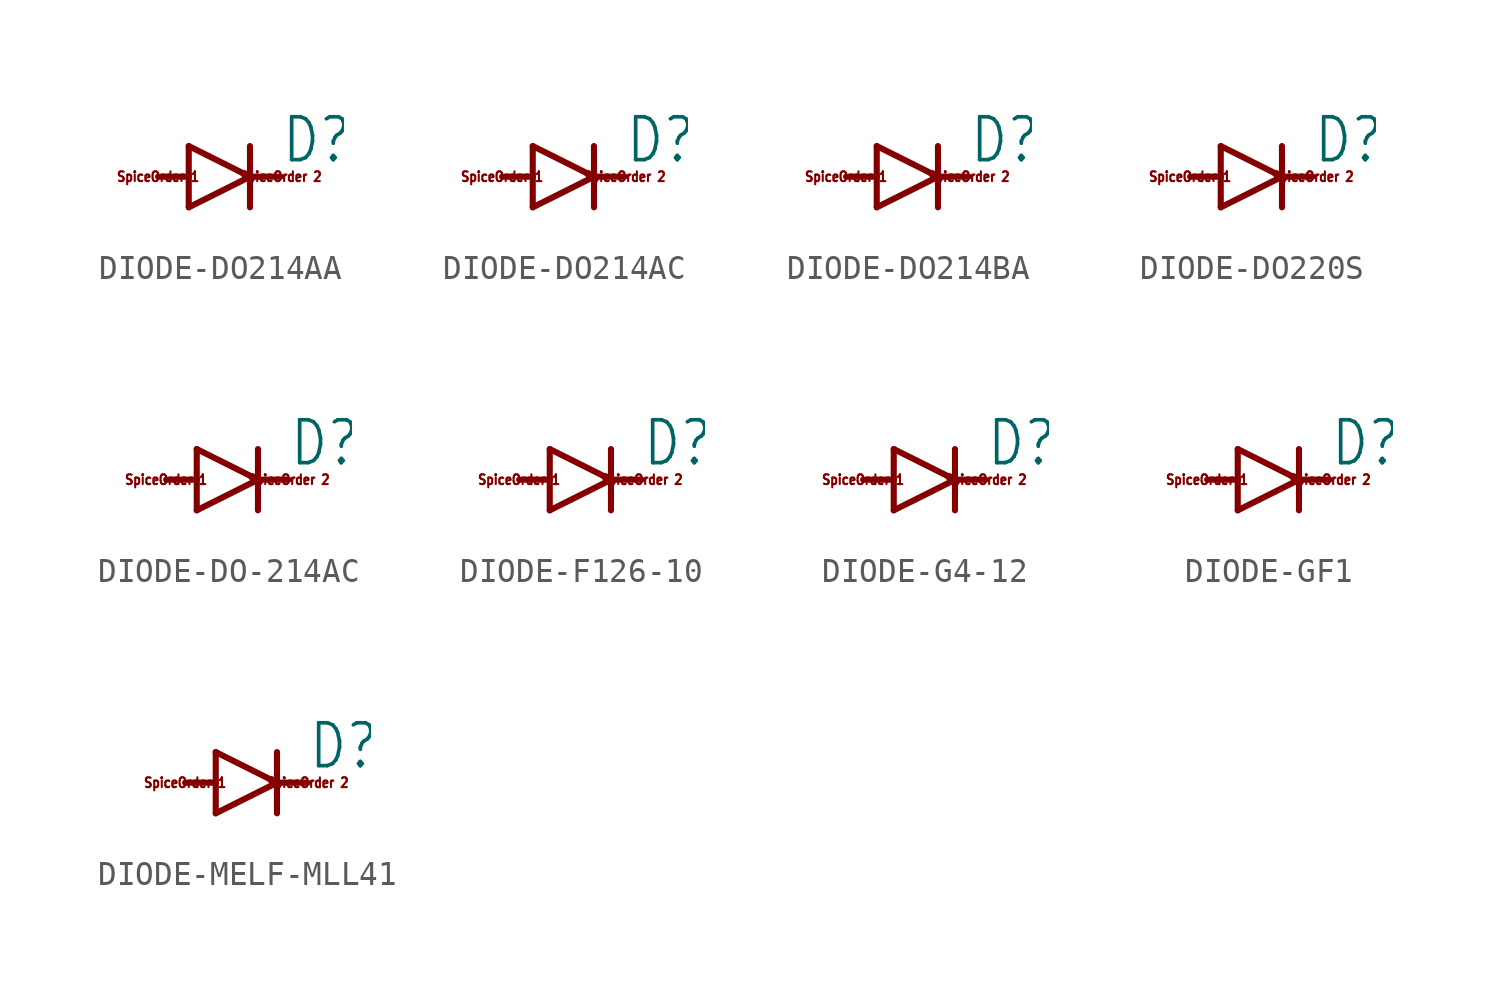
<source format=kicad_sym>
(kicad_symbol_lib
  (version 20220914)
  (generator kicad_symbol_editor)
  (symbol "DIODE-DO214AA"
    (property "Reference" "D"
      (at 2.54 0.483 0)
      (effects (font (size 1.778 1.511)) (justify left bottom)))
    (property "Value" ""
      (at 2.54 -2.311 0)
      (effects (font (size 1.778 1.511)) (justify left bottom)))
    (property "ki_locked" ""
      (at 0 0 0)
      (effects (font (size 1.27 1.27))))
    (symbol "DIODE-DO214AA_1_0"
      (polyline (pts (xy -1.27 -1.27) (xy 1.27 0)) (stroke (width 0.254) (type solid)) (fill (type none)))
      (polyline (pts (xy -1.27 0) (xy -2.54 0)) (stroke (width 0.254) (type solid)) (fill (type none)))
      (polyline (pts (xy -1.27 0) (xy -1.27 -1.27)) (stroke (width 0.254) (type solid)) (fill (type none)))
      (polyline (pts (xy -1.27 1.27) (xy -1.27 0)) (stroke (width 0.254) (type solid)) (fill (type none)))
      (polyline (pts (xy 1.27 0) (xy -1.27 1.27)) (stroke (width 0.254) (type solid)) (fill (type none)))
      (polyline (pts (xy 1.27 0) (xy 1.27 -1.27)) (stroke (width 0.254) (type solid)) (fill (type none)))
      (polyline (pts (xy 1.27 1.27) (xy 1.27 0)) (stroke (width 0.254) (type solid)) (fill (type none)))
      (polyline (pts (xy 2.54 0) (xy 1.27 0)) (stroke (width 0.254) (type solid)) (fill (type none)))
      (text "SpiceOrder 1" (at -2.54 0 0) (effects (font (size 0.406 0.345))))
      (text "SpiceOrder 2" (at 2.54 0 0) (effects (font (size 0.406 0.345))))
      (pin passive line (at -2.54 0 0) (length 0) (name "A" (effects (font (size 0 0)))) (number "A" (effects (font (size 0 0)))))
      (pin passive line (at 2.54 0 180) (length 0) (name "C" (effects (font (size 0 0)))) (number "C" (effects (font (size 0 0)))))))
  (symbol "DIODE-DO214AC"
    (property "Reference" "D"
      (at 2.54 0.483 0)
      (effects (font (size 1.778 1.511)) (justify left bottom)))
    (property "Value" ""
      (at 2.54 -2.311 0)
      (effects (font (size 1.778 1.511)) (justify left bottom)))
    (property "ki_locked" ""
      (at 0 0 0)
      (effects (font (size 1.27 1.27))))
    (symbol "DIODE-DO214AC_1_0"
      (polyline (pts (xy -1.27 -1.27) (xy 1.27 0)) (stroke (width 0.254) (type solid)) (fill (type none)))
      (polyline (pts (xy -1.27 0) (xy -2.54 0)) (stroke (width 0.254) (type solid)) (fill (type none)))
      (polyline (pts (xy -1.27 0) (xy -1.27 -1.27)) (stroke (width 0.254) (type solid)) (fill (type none)))
      (polyline (pts (xy -1.27 1.27) (xy -1.27 0)) (stroke (width 0.254) (type solid)) (fill (type none)))
      (polyline (pts (xy 1.27 0) (xy -1.27 1.27)) (stroke (width 0.254) (type solid)) (fill (type none)))
      (polyline (pts (xy 1.27 0) (xy 1.27 -1.27)) (stroke (width 0.254) (type solid)) (fill (type none)))
      (polyline (pts (xy 1.27 1.27) (xy 1.27 0)) (stroke (width 0.254) (type solid)) (fill (type none)))
      (polyline (pts (xy 2.54 0) (xy 1.27 0)) (stroke (width 0.254) (type solid)) (fill (type none)))
      (text "SpiceOrder 1" (at -2.54 0 0) (effects (font (size 0.406 0.345))))
      (text "SpiceOrder 2" (at 2.54 0 0) (effects (font (size 0.406 0.345))))
      (pin passive line (at -2.54 0 0) (length 0) (name "A" (effects (font (size 0 0)))) (number "A" (effects (font (size 0 0)))))
      (pin passive line (at 2.54 0 180) (length 0) (name "C" (effects (font (size 0 0)))) (number "C" (effects (font (size 0 0)))))))
  (symbol "DIODE-DO214BA"
    (property "Reference" "D"
      (at 2.54 0.483 0)
      (effects (font (size 1.778 1.511)) (justify left bottom)))
    (property "Value" ""
      (at 2.54 -2.311 0)
      (effects (font (size 1.778 1.511)) (justify left bottom)))
    (property "ki_locked" ""
      (at 0 0 0)
      (effects (font (size 1.27 1.27))))
    (symbol "DIODE-DO214BA_1_0"
      (polyline (pts (xy -1.27 -1.27) (xy 1.27 0)) (stroke (width 0.254) (type solid)) (fill (type none)))
      (polyline (pts (xy -1.27 0) (xy -2.54 0)) (stroke (width 0.254) (type solid)) (fill (type none)))
      (polyline (pts (xy -1.27 0) (xy -1.27 -1.27)) (stroke (width 0.254) (type solid)) (fill (type none)))
      (polyline (pts (xy -1.27 1.27) (xy -1.27 0)) (stroke (width 0.254) (type solid)) (fill (type none)))
      (polyline (pts (xy 1.27 0) (xy -1.27 1.27)) (stroke (width 0.254) (type solid)) (fill (type none)))
      (polyline (pts (xy 1.27 0) (xy 1.27 -1.27)) (stroke (width 0.254) (type solid)) (fill (type none)))
      (polyline (pts (xy 1.27 1.27) (xy 1.27 0)) (stroke (width 0.254) (type solid)) (fill (type none)))
      (polyline (pts (xy 2.54 0) (xy 1.27 0)) (stroke (width 0.254) (type solid)) (fill (type none)))
      (text "SpiceOrder 1" (at -2.54 0 0) (effects (font (size 0.406 0.345))))
      (text "SpiceOrder 2" (at 2.54 0 0) (effects (font (size 0.406 0.345))))
      (pin passive line (at -2.54 0 0) (length 0) (name "A" (effects (font (size 0 0)))) (number "A" (effects (font (size 0 0)))))
      (pin passive line (at 2.54 0 180) (length 0) (name "C" (effects (font (size 0 0)))) (number "C" (effects (font (size 0 0)))))))
  (symbol "DIODE-DO220S"
    (property "Reference" "D"
      (at 2.54 0.483 0)
      (effects (font (size 1.778 1.511)) (justify left bottom)))
    (property "Value" ""
      (at 2.54 -2.311 0)
      (effects (font (size 1.778 1.511)) (justify left bottom)))
    (property "ki_locked" ""
      (at 0 0 0)
      (effects (font (size 1.27 1.27))))
    (symbol "DIODE-DO220S_1_0"
      (polyline (pts (xy -1.27 -1.27) (xy 1.27 0)) (stroke (width 0.254) (type solid)) (fill (type none)))
      (polyline (pts (xy -1.27 0) (xy -2.54 0)) (stroke (width 0.254) (type solid)) (fill (type none)))
      (polyline (pts (xy -1.27 0) (xy -1.27 -1.27)) (stroke (width 0.254) (type solid)) (fill (type none)))
      (polyline (pts (xy -1.27 1.27) (xy -1.27 0)) (stroke (width 0.254) (type solid)) (fill (type none)))
      (polyline (pts (xy 1.27 0) (xy -1.27 1.27)) (stroke (width 0.254) (type solid)) (fill (type none)))
      (polyline (pts (xy 1.27 0) (xy 1.27 -1.27)) (stroke (width 0.254) (type solid)) (fill (type none)))
      (polyline (pts (xy 1.27 1.27) (xy 1.27 0)) (stroke (width 0.254) (type solid)) (fill (type none)))
      (polyline (pts (xy 2.54 0) (xy 1.27 0)) (stroke (width 0.254) (type solid)) (fill (type none)))
      (text "SpiceOrder 1" (at -2.54 0 0) (effects (font (size 0.406 0.345))))
      (text "SpiceOrder 2" (at 2.54 0 0) (effects (font (size 0.406 0.345))))
      (pin passive line (at -2.54 0 0) (length 0) (name "A" (effects (font (size 0 0)))) (number "A" (effects (font (size 0 0)))))
      (pin passive line (at 2.54 0 180) (length 0) (name "C" (effects (font (size 0 0)))) (number "C" (effects (font (size 0 0)))))))
  (symbol "DIODE-DO-214AC"
    (property "Reference" "D"
      (at 2.54 0.483 0)
      (effects (font (size 1.778 1.511)) (justify left bottom)))
    (property "Value" ""
      (at 2.54 -2.311 0)
      (effects (font (size 1.778 1.511)) (justify left bottom)))
    (property "ki_locked" ""
      (at 0 0 0)
      (effects (font (size 1.27 1.27))))
    (symbol "DIODE-DO-214AC_1_0"
      (polyline (pts (xy -1.27 -1.27) (xy 1.27 0)) (stroke (width 0.254) (type solid)) (fill (type none)))
      (polyline (pts (xy -1.27 0) (xy -2.54 0)) (stroke (width 0.254) (type solid)) (fill (type none)))
      (polyline (pts (xy -1.27 0) (xy -1.27 -1.27)) (stroke (width 0.254) (type solid)) (fill (type none)))
      (polyline (pts (xy -1.27 1.27) (xy -1.27 0)) (stroke (width 0.254) (type solid)) (fill (type none)))
      (polyline (pts (xy 1.27 0) (xy -1.27 1.27)) (stroke (width 0.254) (type solid)) (fill (type none)))
      (polyline (pts (xy 1.27 0) (xy 1.27 -1.27)) (stroke (width 0.254) (type solid)) (fill (type none)))
      (polyline (pts (xy 1.27 1.27) (xy 1.27 0)) (stroke (width 0.254) (type solid)) (fill (type none)))
      (polyline (pts (xy 2.54 0) (xy 1.27 0)) (stroke (width 0.254) (type solid)) (fill (type none)))
      (text "SpiceOrder 1" (at -2.54 0 0) (effects (font (size 0.406 0.345))))
      (text "SpiceOrder 2" (at 2.54 0 0) (effects (font (size 0.406 0.345))))
      (pin passive line (at -2.54 0 0) (length 0) (name "A" (effects (font (size 0 0)))) (number "A" (effects (font (size 0 0)))))
      (pin passive line (at 2.54 0 180) (length 0) (name "C" (effects (font (size 0 0)))) (number "C" (effects (font (size 0 0)))))))
  (symbol "DIODE-F126-10"
    (property "Reference" "D"
      (at 2.54 0.483 0)
      (effects (font (size 1.778 1.511)) (justify left bottom)))
    (property "Value" ""
      (at 2.54 -2.311 0)
      (effects (font (size 1.778 1.511)) (justify left bottom)))
    (property "ki_locked" ""
      (at 0 0 0)
      (effects (font (size 1.27 1.27))))
    (symbol "DIODE-F126-10_1_0"
      (polyline (pts (xy -1.27 -1.27) (xy 1.27 0)) (stroke (width 0.254) (type solid)) (fill (type none)))
      (polyline (pts (xy -1.27 0) (xy -2.54 0)) (stroke (width 0.254) (type solid)) (fill (type none)))
      (polyline (pts (xy -1.27 0) (xy -1.27 -1.27)) (stroke (width 0.254) (type solid)) (fill (type none)))
      (polyline (pts (xy -1.27 1.27) (xy -1.27 0)) (stroke (width 0.254) (type solid)) (fill (type none)))
      (polyline (pts (xy 1.27 0) (xy -1.27 1.27)) (stroke (width 0.254) (type solid)) (fill (type none)))
      (polyline (pts (xy 1.27 0) (xy 1.27 -1.27)) (stroke (width 0.254) (type solid)) (fill (type none)))
      (polyline (pts (xy 1.27 1.27) (xy 1.27 0)) (stroke (width 0.254) (type solid)) (fill (type none)))
      (polyline (pts (xy 2.54 0) (xy 1.27 0)) (stroke (width 0.254) (type solid)) (fill (type none)))
      (text "SpiceOrder 1" (at -2.54 0 0) (effects (font (size 0.406 0.345))))
      (text "SpiceOrder 2" (at 2.54 0 0) (effects (font (size 0.406 0.345))))
      (pin passive line (at -2.54 0 0) (length 0) (name "A" (effects (font (size 0 0)))) (number "A" (effects (font (size 0 0)))))
      (pin passive line (at 2.54 0 180) (length 0) (name "C" (effects (font (size 0 0)))) (number "C" (effects (font (size 0 0)))))))
  (symbol "DIODE-G4-12"
    (property "Reference" "D"
      (at 2.54 0.483 0)
      (effects (font (size 1.778 1.511)) (justify left bottom)))
    (property "Value" ""
      (at 2.54 -2.311 0)
      (effects (font (size 1.778 1.511)) (justify left bottom)))
    (property "ki_locked" ""
      (at 0 0 0)
      (effects (font (size 1.27 1.27))))
    (symbol "DIODE-G4-12_1_0"
      (polyline (pts (xy -1.27 -1.27) (xy 1.27 0)) (stroke (width 0.254) (type solid)) (fill (type none)))
      (polyline (pts (xy -1.27 0) (xy -2.54 0)) (stroke (width 0.254) (type solid)) (fill (type none)))
      (polyline (pts (xy -1.27 0) (xy -1.27 -1.27)) (stroke (width 0.254) (type solid)) (fill (type none)))
      (polyline (pts (xy -1.27 1.27) (xy -1.27 0)) (stroke (width 0.254) (type solid)) (fill (type none)))
      (polyline (pts (xy 1.27 0) (xy -1.27 1.27)) (stroke (width 0.254) (type solid)) (fill (type none)))
      (polyline (pts (xy 1.27 0) (xy 1.27 -1.27)) (stroke (width 0.254) (type solid)) (fill (type none)))
      (polyline (pts (xy 1.27 1.27) (xy 1.27 0)) (stroke (width 0.254) (type solid)) (fill (type none)))
      (polyline (pts (xy 2.54 0) (xy 1.27 0)) (stroke (width 0.254) (type solid)) (fill (type none)))
      (text "SpiceOrder 1" (at -2.54 0 0) (effects (font (size 0.406 0.345))))
      (text "SpiceOrder 2" (at 2.54 0 0) (effects (font (size 0.406 0.345))))
      (pin passive line (at -2.54 0 0) (length 0) (name "A" (effects (font (size 0 0)))) (number "A" (effects (font (size 0 0)))))
      (pin passive line (at 2.54 0 180) (length 0) (name "C" (effects (font (size 0 0)))) (number "C" (effects (font (size 0 0)))))))
  (symbol "DIODE-GF1"
    (property "Reference" "D"
      (at 2.54 0.483 0)
      (effects (font (size 1.778 1.511)) (justify left bottom)))
    (property "Value" ""
      (at 2.54 -2.311 0)
      (effects (font (size 1.778 1.511)) (justify left bottom)))
    (property "ki_locked" ""
      (at 0 0 0)
      (effects (font (size 1.27 1.27))))
    (symbol "DIODE-GF1_1_0"
      (polyline (pts (xy -1.27 -1.27) (xy 1.27 0)) (stroke (width 0.254) (type solid)) (fill (type none)))
      (polyline (pts (xy -1.27 0) (xy -2.54 0)) (stroke (width 0.254) (type solid)) (fill (type none)))
      (polyline (pts (xy -1.27 0) (xy -1.27 -1.27)) (stroke (width 0.254) (type solid)) (fill (type none)))
      (polyline (pts (xy -1.27 1.27) (xy -1.27 0)) (stroke (width 0.254) (type solid)) (fill (type none)))
      (polyline (pts (xy 1.27 0) (xy -1.27 1.27)) (stroke (width 0.254) (type solid)) (fill (type none)))
      (polyline (pts (xy 1.27 0) (xy 1.27 -1.27)) (stroke (width 0.254) (type solid)) (fill (type none)))
      (polyline (pts (xy 1.27 1.27) (xy 1.27 0)) (stroke (width 0.254) (type solid)) (fill (type none)))
      (polyline (pts (xy 2.54 0) (xy 1.27 0)) (stroke (width 0.254) (type solid)) (fill (type none)))
      (text "SpiceOrder 1" (at -2.54 0 0) (effects (font (size 0.406 0.345))))
      (text "SpiceOrder 2" (at 2.54 0 0) (effects (font (size 0.406 0.345))))
      (pin passive line (at -2.54 0 0) (length 0) (name "A" (effects (font (size 0 0)))) (number "A" (effects (font (size 0 0)))))
      (pin passive line (at 2.54 0 180) (length 0) (name "C" (effects (font (size 0 0)))) (number "C" (effects (font (size 0 0)))))))
  (symbol "DIODE-MELF-MLL41"
    (property "Reference" "D"
      (at 2.54 0.483 0)
      (effects (font (size 1.778 1.511)) (justify left bottom)))
    (property "Value" ""
      (at 2.54 -2.311 0)
      (effects (font (size 1.778 1.511)) (justify left bottom)))
    (property "ki_locked" ""
      (at 0 0 0)
      (effects (font (size 1.27 1.27))))
    (symbol "DIODE-MELF-MLL41_1_0"
      (polyline (pts (xy -1.27 -1.27) (xy 1.27 0)) (stroke (width 0.254) (type solid)) (fill (type none)))
      (polyline (pts (xy -1.27 0) (xy -2.54 0)) (stroke (width 0.254) (type solid)) (fill (type none)))
      (polyline (pts (xy -1.27 0) (xy -1.27 -1.27)) (stroke (width 0.254) (type solid)) (fill (type none)))
      (polyline (pts (xy -1.27 1.27) (xy -1.27 0)) (stroke (width 0.254) (type solid)) (fill (type none)))
      (polyline (pts (xy 1.27 0) (xy -1.27 1.27)) (stroke (width 0.254) (type solid)) (fill (type none)))
      (polyline (pts (xy 1.27 0) (xy 1.27 -1.27)) (stroke (width 0.254) (type solid)) (fill (type none)))
      (polyline (pts (xy 1.27 1.27) (xy 1.27 0)) (stroke (width 0.254) (type solid)) (fill (type none)))
      (polyline (pts (xy 2.54 0) (xy 1.27 0)) (stroke (width 0.254) (type solid)) (fill (type none)))
      (text "SpiceOrder 1" (at -2.54 0 0) (effects (font (size 0.406 0.345))))
      (text "SpiceOrder 2" (at 2.54 0 0) (effects (font (size 0.406 0.345))))
      (pin passive line (at -2.54 0 0) (length 0) (name "A" (effects (font (size 0 0)))) (number "A" (effects (font (size 0 0)))))
      (pin passive line (at 2.54 0 180) (length 0) (name "C" (effects (font (size 0 0)))) (number "C" (effects (font (size 0 0))))))))
</source>
